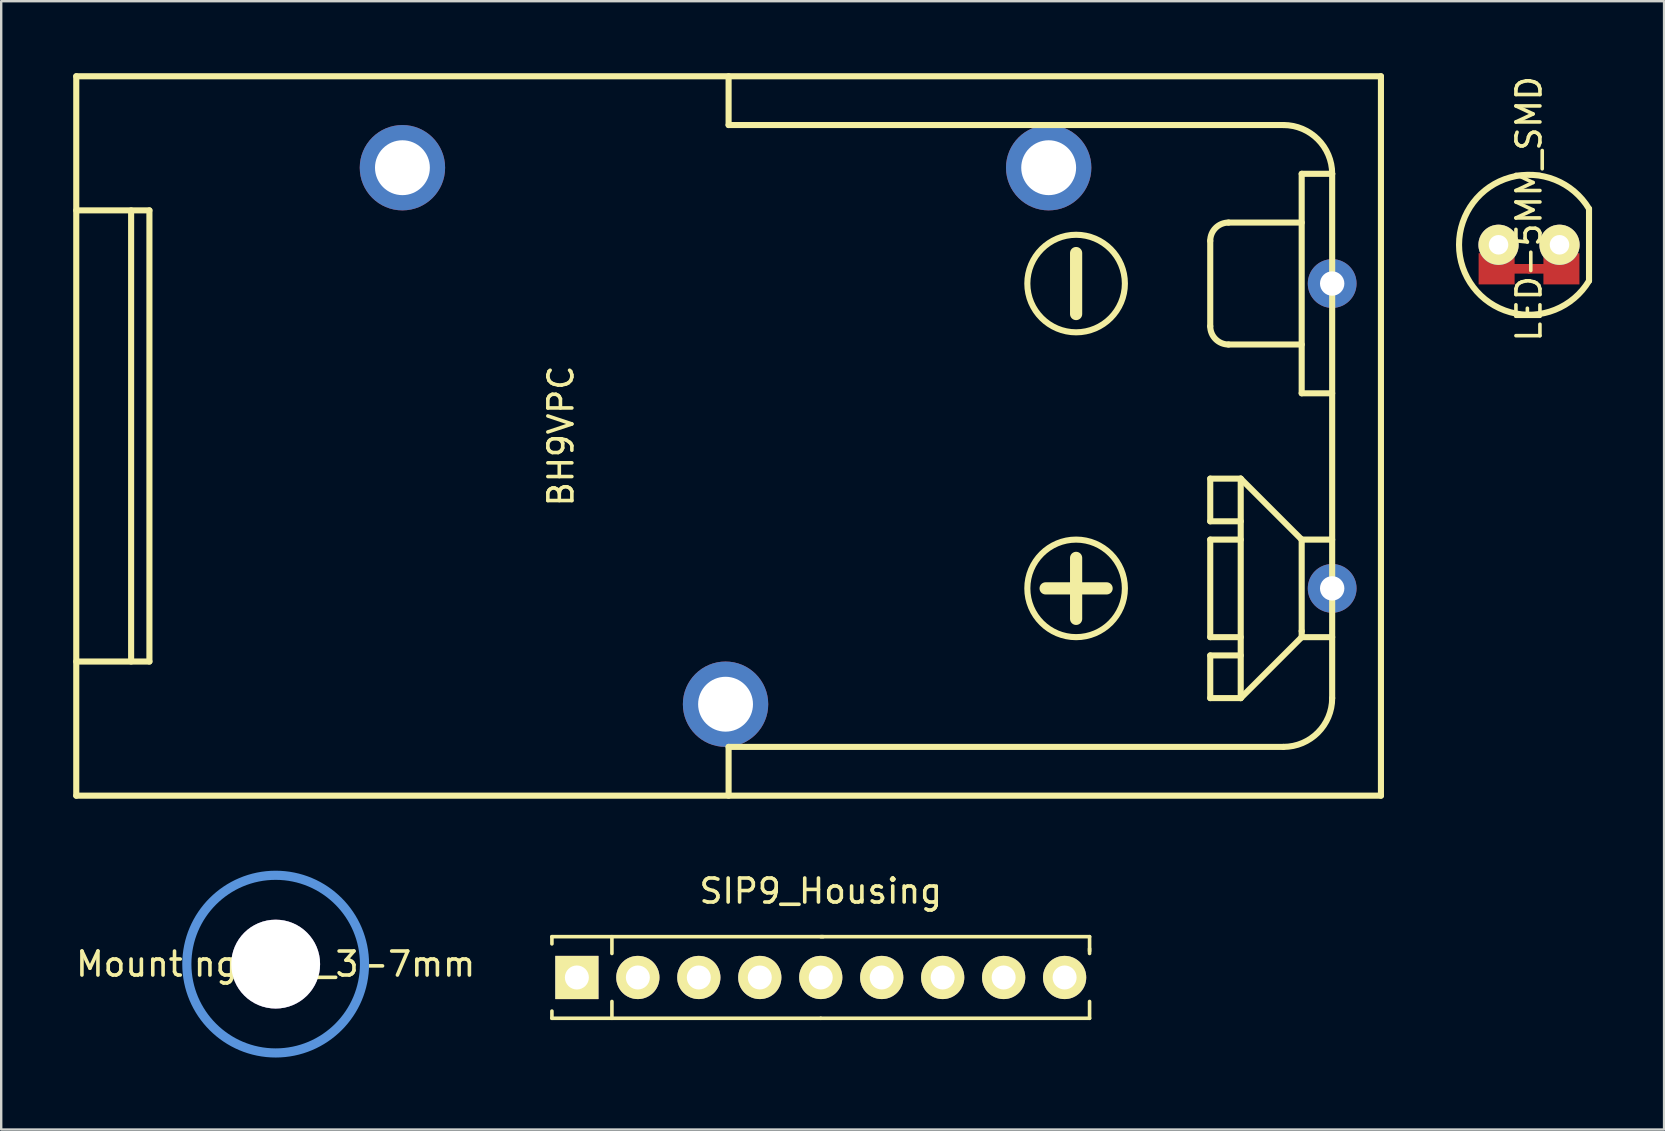
<source format=kicad_pcb>
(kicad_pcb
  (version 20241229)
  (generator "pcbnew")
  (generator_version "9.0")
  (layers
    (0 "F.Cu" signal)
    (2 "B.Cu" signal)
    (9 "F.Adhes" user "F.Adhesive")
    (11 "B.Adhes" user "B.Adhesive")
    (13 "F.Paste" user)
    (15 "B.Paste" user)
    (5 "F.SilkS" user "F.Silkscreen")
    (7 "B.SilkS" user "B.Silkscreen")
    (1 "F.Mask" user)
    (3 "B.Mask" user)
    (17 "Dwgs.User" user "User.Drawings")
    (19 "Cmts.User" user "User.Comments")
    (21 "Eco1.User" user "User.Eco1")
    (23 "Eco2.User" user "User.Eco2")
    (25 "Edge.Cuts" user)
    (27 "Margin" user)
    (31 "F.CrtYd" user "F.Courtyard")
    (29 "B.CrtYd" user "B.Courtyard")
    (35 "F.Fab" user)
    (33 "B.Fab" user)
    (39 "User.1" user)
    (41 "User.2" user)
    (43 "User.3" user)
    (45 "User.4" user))
  (footprint "BH9VPC"
    (layer "F.Cu")
    (at 27.305 15.113)
    (property "Reference" "BH9VPC" (at -6.985 0 270) (layer "F.SilkS") (effects (font (size 1 1) (thickness 0.15))))
    (attr through_hole)
    (fp_line (start -27.178 -14.986) (end 27.178 -14.986) (stroke (width 0.254) (type solid)) (layer "F.SilkS"))
    (fp_line (start -27.178 -9.398) (end -24.13 -9.398) (stroke (width 0.254) (type solid)) (layer "F.SilkS"))
    (fp_line (start -27.178 14.986) (end -27.178 -14.986) (stroke (width 0.254) (type solid)) (layer "F.SilkS"))
    (fp_line (start -24.892 9.398) (end -24.892 -9.398) (stroke (width 0.254) (type solid)) (layer "F.SilkS"))
    (fp_line (start -24.13 -9.398) (end -24.13 9.398) (stroke (width 0.254) (type solid)) (layer "F.SilkS"))
    (fp_line (start -24.13 9.398) (end -27.178 9.398) (stroke (width 0.254) (type solid)) (layer "F.SilkS"))
    (fp_line (start 0 -12.954) (end 0 -14.986) (stroke (width 0.254) (type solid)) (layer "F.SilkS"))
    (fp_line (start 0 12.954) (end 23.114 12.954) (stroke (width 0.254) (type solid)) (layer "F.SilkS"))
    (fp_line (start 0 14.986) (end 0 12.954) (stroke (width 0.254) (type solid)) (layer "F.SilkS"))
    (fp_line (start 13.208 6.35) (end 15.748 6.35) (stroke (width 0.508) (type solid)) (layer "F.SilkS"))
    (fp_line (start 14.478 -7.62) (end 14.478 -5.08) (stroke (width 0.508) (type solid)) (layer "F.SilkS"))
    (fp_line (start 14.478 5.08) (end 14.478 7.62) (stroke (width 0.508) (type solid)) (layer "F.SilkS"))
    (fp_line (start 20.066 -8.128) (end 20.066 -4.572) (stroke (width 0.254) (type solid)) (layer "F.SilkS"))
    (fp_line (start 20.066 1.778) (end 20.066 3.556) (stroke (width 0.254) (type solid)) (layer "F.SilkS"))
    (fp_line (start 20.066 3.556) (end 21.336 3.556) (stroke (width 0.254) (type solid)) (layer "F.SilkS"))
    (fp_line (start 20.066 4.318) (end 20.066 8.382) (stroke (width 0.254) (type solid)) (layer "F.SilkS"))
    (fp_line (start 20.066 8.382) (end 21.336 8.382) (stroke (width 0.254) (type solid)) (layer "F.SilkS"))
    (fp_line (start 20.066 9.144) (end 20.066 10.922) (stroke (width 0.254) (type solid)) (layer "F.SilkS"))
    (fp_line (start 20.066 10.922) (end 21.336 10.922) (stroke (width 0.254) (type solid)) (layer "F.SilkS"))
    (fp_line (start 20.828 -3.81) (end 23.876 -3.81) (stroke (width 0.254) (type solid)) (layer "F.SilkS"))
    (fp_line (start 21.336 1.778) (end 20.066 1.778) (stroke (width 0.254) (type solid)) (layer "F.SilkS"))
    (fp_line (start 21.336 1.778) (end 23.876 4.318) (stroke (width 0.254) (type solid)) (layer "F.SilkS"))
    (fp_line (start 21.336 4.318) (end 20.066 4.318) (stroke (width 0.254) (type solid)) (layer "F.SilkS"))
    (fp_line (start 21.336 9.144) (end 20.066 9.144) (stroke (width 0.254) (type solid)) (layer "F.SilkS"))
    (fp_line (start 21.336 10.922) (end 21.336 1.778) (stroke (width 0.254) (type solid)) (layer "F.SilkS"))
    (fp_line (start 23.114 -12.954) (end 0 -12.954) (stroke (width 0.254) (type solid)) (layer "F.SilkS"))
    (fp_line (start 23.876 -10.922) (end 23.876 -1.778) (stroke (width 0.254) (type solid)) (layer "F.SilkS"))
    (fp_line (start 23.876 -8.89) (end 20.828 -8.89) (stroke (width 0.254) (type solid)) (layer "F.SilkS"))
    (fp_line (start 23.876 -1.778) (end 25.146 -1.778) (stroke (width 0.254) (type solid)) (layer "F.SilkS"))
    (fp_line (start 23.876 4.318) (end 23.876 8.128) (stroke (width 0.254) (type solid)) (layer "F.SilkS"))
    (fp_line (start 23.876 8.128) (end 23.876 8.382) (stroke (width 0.254) (type solid)) (layer "F.SilkS"))
    (fp_line (start 23.876 8.382) (end 21.336 10.922) (stroke (width 0.254) (type solid)) (layer "F.SilkS"))
    (fp_line (start 23.876 8.382) (end 25.146 8.382) (stroke (width 0.254) (type solid)) (layer "F.SilkS"))
    (fp_line (start 25.146 -10.922) (end 23.876 -10.922) (stroke (width 0.254) (type solid)) (layer "F.SilkS"))
    (fp_line (start 25.146 4.318) (end 23.876 4.318) (stroke (width 0.254) (type solid)) (layer "F.SilkS"))
    (fp_line (start 25.146 10.922) (end 25.146 -10.922) (stroke (width 0.254) (type solid)) (layer "F.SilkS"))
    (fp_line (start 27.178 -14.986) (end 27.178 14.986) (stroke (width 0.254) (type solid)) (layer "F.SilkS"))
    (fp_line (start 27.178 14.986) (end -27.178 14.986) (stroke (width 0.254) (type solid)) (layer "F.SilkS"))
    (fp_arc (start 20.066 -8.128) (mid 20.289185 -8.666815) (end 20.828 -8.89) (stroke (width 0.254) (type solid)) (layer "F.SilkS"))
    (fp_arc (start 20.828 -3.81) (mid 20.289185 -4.033185) (end 20.066 -4.572) (stroke (width 0.254) (type solid)) (layer "F.SilkS"))
    (fp_arc (start 23.114 -12.954) (mid 24.550841 -12.358841) (end 25.146 -10.922) (stroke (width 0.254) (type solid)) (layer "F.SilkS"))
    (fp_arc (start 25.146 10.922) (mid 24.550841 12.358841) (end 23.114 12.954) (stroke (width 0.254) (type solid)) (layer "F.SilkS"))
    (fp_circle (center 14.478 -6.35) (end 12.446 -6.35) (stroke (width 0.254) (type solid)) (fill no) (layer "F.SilkS"))
    (fp_circle (center 14.478 6.35) (end 12.446 6.35) (stroke (width 0.254) (type solid)) (fill no) (layer "F.SilkS"))
    (pad "" thru_hole circle (at -13.589 -11.176) (size 3.556 3.556) (drill 2.286) (layers "*.Cu" "*.Mask"))
    (pad "" thru_hole circle (at -0.127 11.176) (size 3.556 3.556) (drill 2.286) (layers "*.Cu" "*.Mask"))
    (pad "" thru_hole circle (at 13.335 -11.176) (size 3.556 3.556) (drill 2.286) (layers "*.Cu" "*.Mask"))
    (pad "1" thru_hole circle (at 25.146 6.35) (size 2.032 2.032) (drill 1.016) (layers "*.Cu" "*.Mask"))
    (pad "2" thru_hole circle (at 25.146 -6.35) (size 2.032 2.032) (drill 1.016) (layers "*.Cu" "*.Mask")))
  (footprint "SIP9_Housing"
    (layer "F.Cu")
    (at 31.144 37.674)
    (property "Reference" "SIP9_Housing" (at 0 -3.6 0) (layer "F.SilkS") (effects (font (size 1 1) (thickness 0.15))))
    (attr through_hole)
    (fp_line (start -11.2 -1.7) (end -11.2 -1.4) (stroke (width 0.15) (type solid)) (layer "F.SilkS"))
    (fp_line (start -11.2 1.7) (end -11.2 1.4) (stroke (width 0.15) (type solid)) (layer "F.SilkS"))
    (fp_line (start -8.7 -1.7) (end -8.7 -1) (stroke (width 0.15) (type solid)) (layer "F.SilkS"))
    (fp_line (start -8.7 1.7) (end -8.7 1) (stroke (width 0.15) (type solid)) (layer "F.SilkS"))
    (fp_line (start 0 -1.7) (end 11.2 -1.7) (stroke (width 0.15) (type solid)) (layer "F.SilkS"))
    (fp_line (start 0 1.7) (end -11.2 1.7) (stroke (width 0.15) (type solid)) (layer "F.SilkS"))
    (fp_line (start 0 1.7) (end 11.2 1.7) (stroke (width 0.15) (type solid)) (layer "F.SilkS"))
    (fp_line (start 0.1 -1.7) (end -11.2 -1.7) (stroke (width 0.15) (type solid)) (layer "F.SilkS"))
    (fp_line (start 11.2 -1.7) (end 11.2 -1.1) (stroke (width 0.15) (type solid)) (layer "F.SilkS"))
    (fp_line (start 11.2 -1.2) (end 11.2 -1) (stroke (width 0.15) (type solid)) (layer "F.SilkS"))
    (fp_line (start 11.2 1.7) (end 11.2 1) (stroke (width 0.15) (type solid)) (layer "F.SilkS"))
    (pad "1" thru_hole rect (at -10.16 0 90) (size 1.8 1.8) (drill 1) (layers "*.Cu" "*.Mask" "F.SilkS"))
    (pad "2" thru_hole circle (at -7.62 0 90) (size 1.8 1.8) (drill 1) (layers "*.Cu" "*.Mask" "F.SilkS"))
    (pad "3" thru_hole circle (at -5.08 0 90) (size 1.8 1.8) (drill 1) (layers "*.Cu" "*.Mask" "F.SilkS"))
    (pad "4" thru_hole circle (at -2.54 0 90) (size 1.8 1.8) (drill 1) (layers "*.Cu" "*.Mask" "F.SilkS"))
    (pad "5" thru_hole circle (at 0 0 90) (size 1.8 1.8) (drill 1) (layers "*.Cu" "*.Mask" "F.SilkS"))
    (pad "6" thru_hole circle (at 2.54 0 90) (size 1.8 1.8) (drill 1) (layers "*.Cu" "*.Mask" "F.SilkS"))
    (pad "7" thru_hole circle (at 5.08 0 90) (size 1.8 1.8) (drill 1) (layers "*.Cu" "*.Mask" "F.SilkS"))
    (pad "8" thru_hole circle (at 7.62 0 90) (size 1.8 1.8) (drill 1) (layers "*.Cu" "*.Mask" "F.SilkS"))
    (pad "9" thru_hole circle (at 10.16 0 90) (size 1.8 1.8) (drill 1) (layers "*.Cu" "*.Mask" "F.SilkS")))
  (footprint "MountingHole_3-7mm"
    (layer "F.Cu")
    (at 8.435 37.117)
    (property "Reference" "MountingHole_3-7mm" (at 0 0 0) (layer "F.SilkS") (effects (font (size 1 1) (thickness 0.15))))
    (attr through_hole)
    (fp_circle (center 0 0) (end 3.701 0) (stroke (width 0.381) (type solid)) (fill no) (layer "Cmts.User"))
    (pad "" thru_hole circle (at 0 0) (size 3.701 3.701) (drill 3.701) (layers)))
  (footprint "LED-5MM_SMD"
    (layer "F.Cu")
    (at 60.652 7.149)
    (property "Reference" "LED-5MM_SMD" (at 0 -1.5 90) (layer "F.SilkS") (effects (font (size 1 1) (thickness 0.15))))
    (attr through_hole)
    (fp_line (start 2.5 -1.5) (end 2.5 1.5) (stroke (width 0.254) (type solid)) (layer "F.SilkS"))
    (fp_arc (start 2.5 1.5) (mid -2.915476 0) (end 2.5 -1.5) (stroke (width 0.254) (type solid)) (layer "F.SilkS"))
    (pad "1" smd rect (at -1.35 1) (size 1.5 1.3) (layers "F.Cu" "F.Mask" "F.Paste"))
    (pad "1" thru_hole circle (at -1.27 0) (size 1.676 1.676) (drill 0.813) (layers "*.Cu" "*.Mask" "F.SilkS"))
    (pad "1" smd rect (at -0.7 1) (size 1.5 0.4) (layers "F.Cu" "F.Mask" "F.Paste"))
    (pad "2" smd rect (at 0.7 1) (size 1.5 0.4) (layers "F.Cu" "F.Mask" "F.Paste"))
    (pad "2" thru_hole circle (at 1.27 0) (size 1.676 1.676) (drill 0.813) (layers "*.Cu" "*.Mask" "F.SilkS"))
    (pad "2" smd rect (at 1.35 1) (size 1.5 1.3) (layers "F.Cu" "F.Mask" "F.Paste")))
  (gr_rect
    (start -3 -3)
    (end 66.279 44.009)
    (stroke (width 0.1) (type default))
    (fill no)
    (layer "Edge.Cuts")))
</source>
